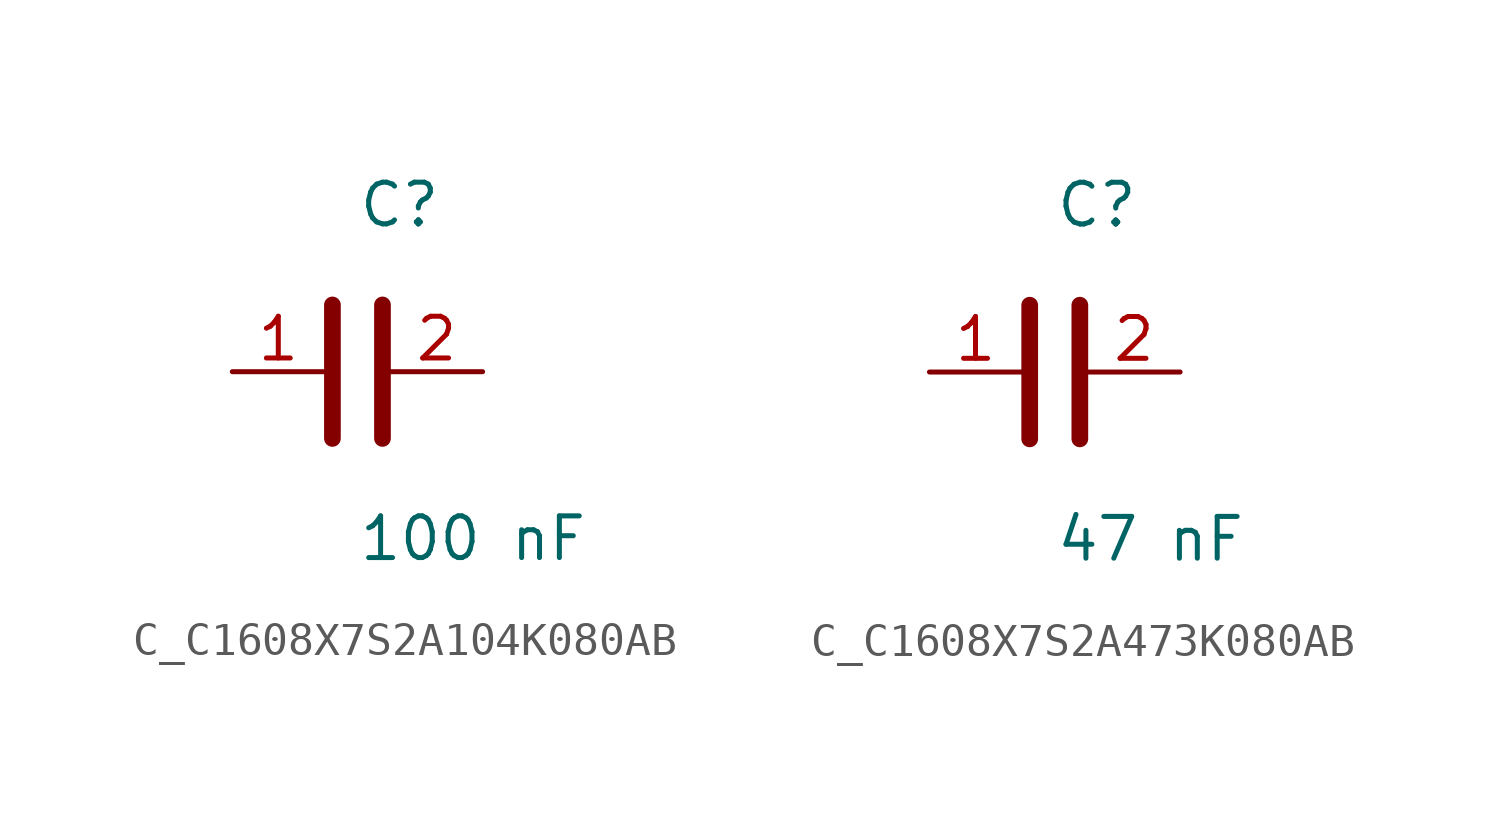
<source format=kicad_sym>
(kicad_symbol_lib
  (version 20231120)
  (generator kicad_symbol_editor)
  (generator_version 8.0)
  (symbol "C_C1608X7S2A104K080AB"
    (pin_names
      (offset 0.254))
    (property "Reference" "C"
      (at 0 5.08 0)
      (effects (font (size 1.27 1.27)) (justify left)))
    (property "Value" "100 nF"
      (at 0 -5.08 0)
      (effects (font (size 1.27 1.27)) (justify left)))
    (symbol "C_C1608X7S2A104K080AB_0_1"
      (polyline (pts (xy -0.762 -2.032) (xy -0.762 2.032)) (stroke (width 0.508) (type default)) (fill (type none)))
      (polyline (pts (xy 0.762 -2.032) (xy 0.762 2.032)) (stroke (width 0.508) (type default)) (fill (type none))))
    (pin unspecified line
      (at -3.81 0 0)
      (length 2.8)
      (name "" (effects (font (size 1.27 1.27))))
      (number "1" (effects (font (size 1.27 1.27)))))
    (pin unspecified line
      (at 3.81 0 180)
      (length 2.8)
      (name "" (effects (font (size 1.27 1.27))))
      (number "2" (effects (font (size 1.27 1.27))))))
  (symbol "C_C1608X7S2A473K080AB"
    (pin_names
      (offset 0.254))
    (property "Reference" "C"
      (at 0 5.08 0)
      (effects (font (size 1.27 1.27)) (justify left)))
    (property "Value" "47 nF"
      (at 0 -5.08 0)
      (effects (font (size 1.27 1.27)) (justify left)))
    (symbol "C_C1608X7S2A473K080AB_0_1"
      (polyline (pts (xy -0.762 -2.032) (xy -0.762 2.032)) (stroke (width 0.508) (type default)) (fill (type none)))
      (polyline (pts (xy 0.762 -2.032) (xy 0.762 2.032)) (stroke (width 0.508) (type default)) (fill (type none))))
    (pin unspecified line
      (at -3.81 0 0)
      (length 2.8)
      (name "" (effects (font (size 1.27 1.27))))
      (number "1" (effects (font (size 1.27 1.27)))))
    (pin unspecified line
      (at 3.81 0 180)
      (length 2.8)
      (name "" (effects (font (size 1.27 1.27))))
      (number "2" (effects (font (size 1.27 1.27)))))))
</source>
